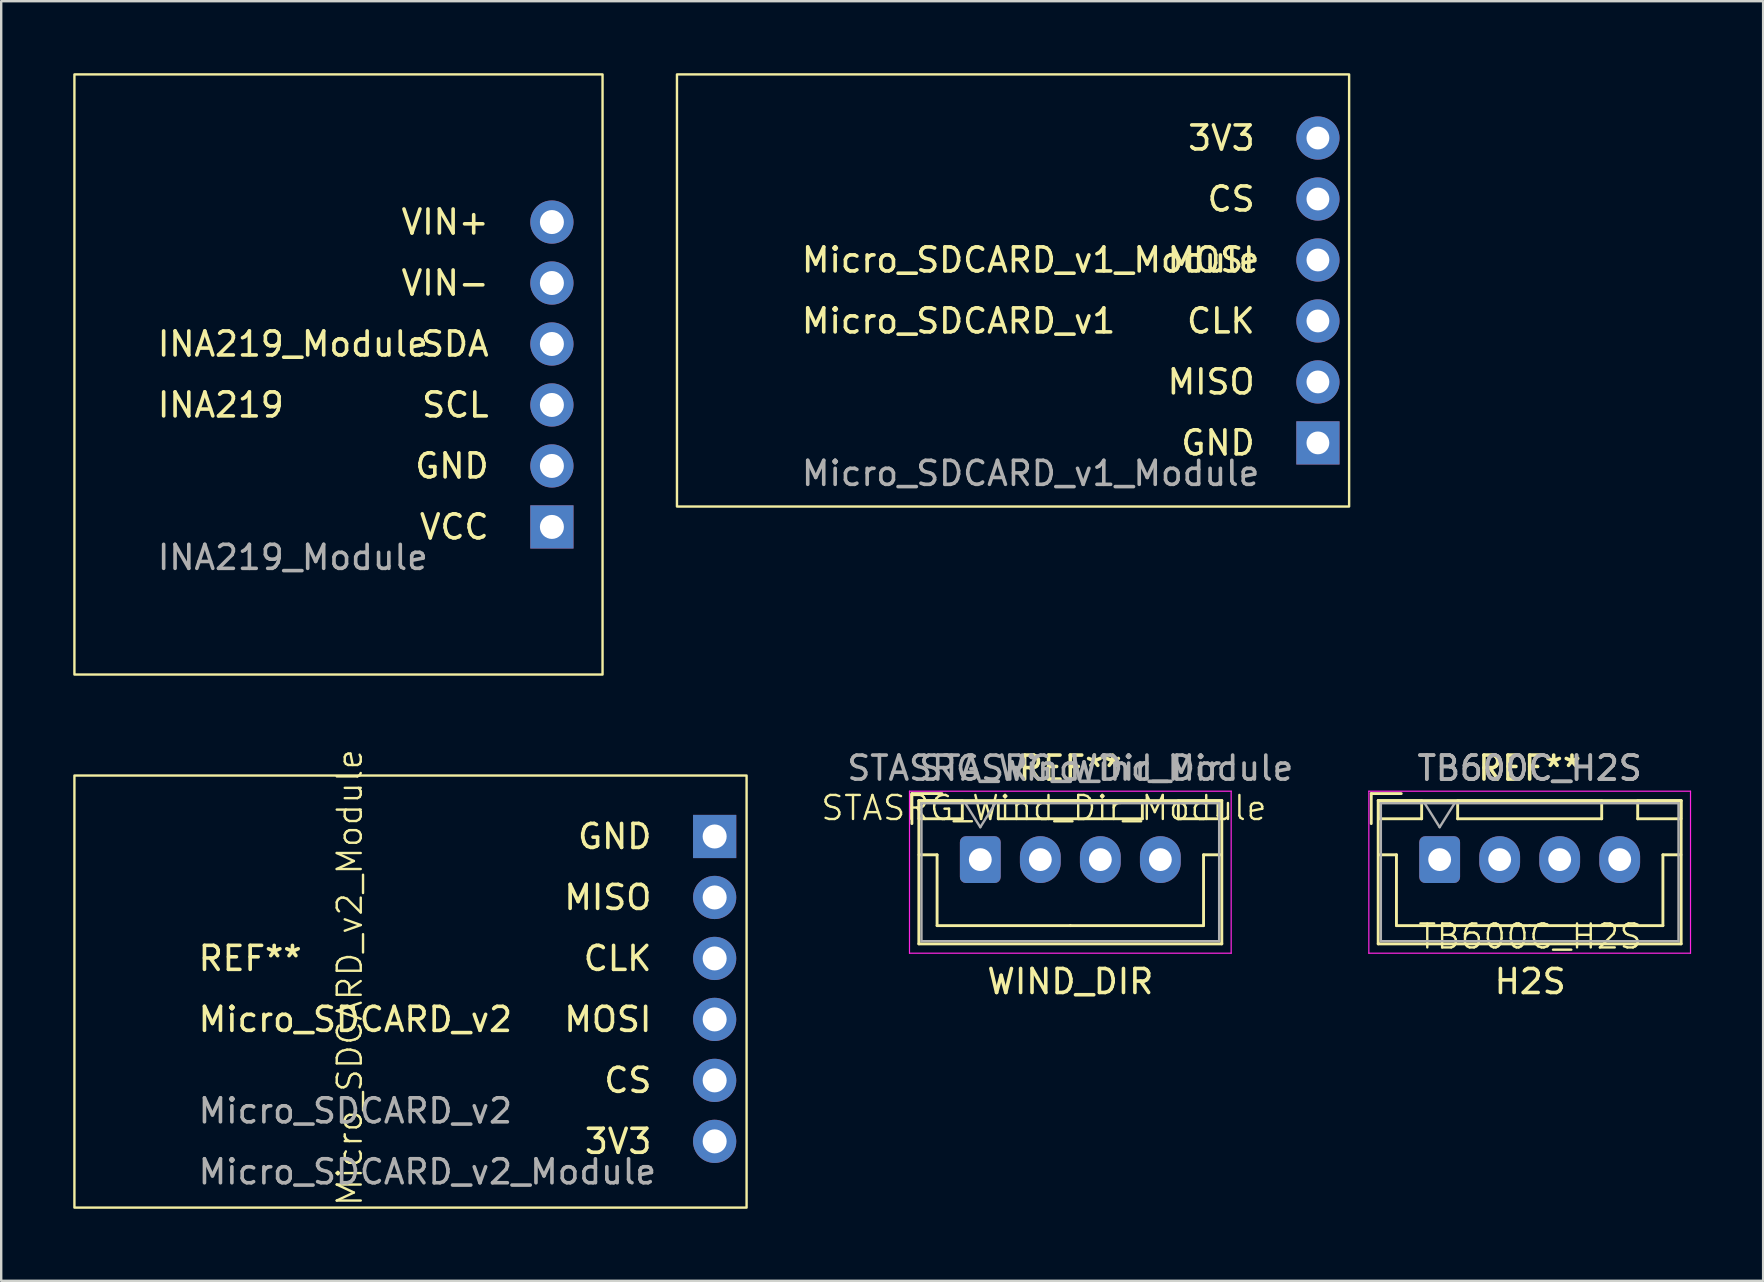
<source format=kicad_pcb>
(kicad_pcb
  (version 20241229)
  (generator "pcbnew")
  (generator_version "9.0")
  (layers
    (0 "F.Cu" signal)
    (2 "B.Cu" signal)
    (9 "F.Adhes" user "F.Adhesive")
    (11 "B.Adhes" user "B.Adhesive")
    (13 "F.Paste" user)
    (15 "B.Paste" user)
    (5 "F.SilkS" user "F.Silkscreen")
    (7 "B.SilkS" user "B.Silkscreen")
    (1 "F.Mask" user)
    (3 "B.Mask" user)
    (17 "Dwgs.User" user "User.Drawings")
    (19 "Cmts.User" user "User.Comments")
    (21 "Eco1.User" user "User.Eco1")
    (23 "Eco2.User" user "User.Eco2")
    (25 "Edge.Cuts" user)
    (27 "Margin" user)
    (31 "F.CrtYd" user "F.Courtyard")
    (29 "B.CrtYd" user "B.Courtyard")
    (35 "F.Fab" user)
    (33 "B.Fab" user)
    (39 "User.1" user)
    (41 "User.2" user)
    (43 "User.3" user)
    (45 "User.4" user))
  (footprint "Micro_SDCARD_v1_Module"
    (layer "F.Cu")
    (at 39.15 9.05)
    (property "Reference" "Micro_SDCARD_v1_Module" (at -8.89 -1.27 0) (unlocked yes) (layer "F.SilkS") (effects (font (size 1 1) (thickness 0.15)) (justify left)))
    (attr smd)
    (fp_rect (start -14 -9) (end 14 9) (stroke (width 0.1) (type default)) (fill no) (layer "F.SilkS"))
    (fp_text user "CLK" (at 10.16 1.27 0) (unlocked yes) (layer "F.SilkS") (effects (font (size 1 1) (thickness 0.15)) (justify right)))
    (fp_text user "MISO" (at 10.16 3.81 0) (unlocked yes) (layer "F.SilkS") (effects (font (size 1 1) (thickness 0.15)) (justify right)))
    (fp_text user "CS" (at 10.16 -3.81 0) (unlocked yes) (layer "F.SilkS") (effects (font (size 1 1) (thickness 0.15)) (justify right)))
    (fp_text user "MOSI" (at 10.16 -1.27 0) (unlocked yes) (layer "F.SilkS") (effects (font (size 1 1) (thickness 0.15)) (justify right)))
    (fp_text user "Micro_SDCARD_v1" (at -8.89 1.27 0) (unlocked yes) (layer "F.SilkS") (effects (font (size 1 1) (thickness 0.15)) (justify left)))
    (fp_text user "3V3" (at 10.16 -6.35 0) (unlocked yes) (layer "F.SilkS") (effects (font (size 1 1) (thickness 0.15)) (justify right)))
    (fp_text user "GND" (at 10.16 6.35 0) (unlocked yes) (layer "F.SilkS") (effects (font (size 1 1) (thickness 0.15)) (justify right)))
    (fp_text user "${REFERENCE}" (at -8.89 7.62 0) (unlocked yes) (layer "F.Fab") (effects (font (size 1 1) (thickness 0.15)) (justify left)))
    (pad "1" thru_hole rect (at 12.7 6.35 90) (size 1.8 1.8) (drill 0.95) (layers "*.Cu" "*.Mask"))
    (pad "2" thru_hole circle (at 12.7 3.81 90) (size 1.8 1.8) (drill 0.95) (layers "*.Cu" "*.Mask"))
    (pad "3" thru_hole circle (at 12.7 1.27 90) (size 1.8 1.8) (drill 0.95) (layers "*.Cu" "*.Mask"))
    (pad "4" thru_hole circle (at 12.7 -1.27 90) (size 1.8 1.8) (drill 0.95) (layers "*.Cu" "*.Mask"))
    (pad "5" thru_hole circle (at 12.7 -3.81 90) (size 1.8 1.8) (drill 0.95) (layers "*.Cu" "*.Mask"))
    (pad "6" thru_hole circle (at 12.7 -6.35 90) (size 1.8 1.8) (drill 0.95) (layers "*.Cu" "*.Mask")))
  (footprint "STASRG_Wind_Dir_Module"
    (layer "F.Cu")
    (at 41.536 32.758)
    (property "Reference" "STASRG_Wind_Dir_Module" (at -1.1 -2.15 0) (unlocked yes) (layer "F.SilkS") (effects (font (size 1 1) (thickness 0.1))))
    (attr smd)
    (fp_line (start -6.6 -2.75) (end -6.6 -1.5) (stroke (width 0.12) (type solid)) (layer "F.SilkS"))
    (fp_line (start -6.31 -2.46) (end -6.31 3.51) (stroke (width 0.12) (type solid)) (layer "F.SilkS"))
    (fp_line (start -6.31 3.51) (end 6.31 3.51) (stroke (width 0.12) (type solid)) (layer "F.SilkS"))
    (fp_line (start -6.3 -2.45) (end -6.3 -1.7) (stroke (width 0.12) (type solid)) (layer "F.SilkS"))
    (fp_line (start -6.3 -1.7) (end -4.5 -1.7) (stroke (width 0.12) (type solid)) (layer "F.SilkS"))
    (fp_line (start -6.3 -0.2) (end -5.55 -0.2) (stroke (width 0.12) (type solid)) (layer "F.SilkS"))
    (fp_line (start -5.55 -0.2) (end -5.55 2.75) (stroke (width 0.12) (type solid)) (layer "F.SilkS"))
    (fp_line (start -5.55 2.75) (end 0 2.75) (stroke (width 0.12) (type solid)) (layer "F.SilkS"))
    (fp_line (start -5.35 -2.75) (end -6.6 -2.75) (stroke (width 0.12) (type solid)) (layer "F.SilkS"))
    (fp_line (start -4.5 -2.45) (end -6.3 -2.45) (stroke (width 0.12) (type solid)) (layer "F.SilkS"))
    (fp_line (start -4.5 -1.7) (end -4.5 -2.45) (stroke (width 0.12) (type solid)) (layer "F.SilkS"))
    (fp_line (start -3 -2.45) (end -3 -1.7) (stroke (width 0.12) (type solid)) (layer "F.SilkS"))
    (fp_line (start -3 -1.7) (end 3 -1.7) (stroke (width 0.12) (type solid)) (layer "F.SilkS"))
    (fp_line (start 3 -2.45) (end -3 -2.45) (stroke (width 0.12) (type solid)) (layer "F.SilkS"))
    (fp_line (start 3 -1.7) (end 3 -2.45) (stroke (width 0.12) (type solid)) (layer "F.SilkS"))
    (fp_line (start 4.5 -2.45) (end 4.5 -1.7) (stroke (width 0.12) (type solid)) (layer "F.SilkS"))
    (fp_line (start 4.5 -1.7) (end 6.3 -1.7) (stroke (width 0.12) (type solid)) (layer "F.SilkS"))
    (fp_line (start 5.55 -0.2) (end 5.55 2.75) (stroke (width 0.12) (type solid)) (layer "F.SilkS"))
    (fp_line (start 5.55 2.75) (end 0 2.75) (stroke (width 0.12) (type solid)) (layer "F.SilkS"))
    (fp_line (start 6.3 -2.45) (end 4.5 -2.45) (stroke (width 0.12) (type solid)) (layer "F.SilkS"))
    (fp_line (start 6.3 -1.7) (end 6.3 -2.45) (stroke (width 0.12) (type solid)) (layer "F.SilkS"))
    (fp_line (start 6.3 -0.2) (end 5.55 -0.2) (stroke (width 0.12) (type solid)) (layer "F.SilkS"))
    (fp_line (start 6.31 -2.46) (end -6.31 -2.46) (stroke (width 0.12) (type solid)) (layer "F.SilkS"))
    (fp_line (start 6.31 3.51) (end 6.31 -2.46) (stroke (width 0.12) (type solid)) (layer "F.SilkS"))
    (fp_line (start -6.7 -2.85) (end -6.7 3.9) (stroke (width 0.05) (type solid)) (layer "F.CrtYd"))
    (fp_line (start -6.7 3.9) (end 6.7 3.9) (stroke (width 0.05) (type solid)) (layer "F.CrtYd"))
    (fp_line (start 6.7 -2.85) (end -6.7 -2.85) (stroke (width 0.05) (type solid)) (layer "F.CrtYd"))
    (fp_line (start 6.7 3.9) (end 6.7 -2.85) (stroke (width 0.05) (type solid)) (layer "F.CrtYd"))
    (fp_line (start -6.2 -2.35) (end -6.2 3.4) (stroke (width 0.1) (type solid)) (layer "F.Fab"))
    (fp_line (start -6.2 3.4) (end 6.2 3.4) (stroke (width 0.1) (type solid)) (layer "F.Fab"))
    (fp_line (start -4.375 -2.35) (end -3.75 -1.35) (stroke (width 0.1) (type solid)) (layer "F.Fab"))
    (fp_line (start -3.75 -1.35) (end -3.125 -2.35) (stroke (width 0.1) (type solid)) (layer "F.Fab"))
    (fp_line (start 6.2 -2.35) (end -6.2 -2.35) (stroke (width 0.1) (type solid)) (layer "F.Fab"))
    (fp_line (start 6.2 3.4) (end 6.2 -2.35) (stroke (width 0.1) (type solid)) (layer "F.Fab"))
    (fp_text user "REF**" (at 0 -3.81 0) (unlocked yes) (layer "F.SilkS") (effects (font (size 1 1) (thickness 0.15))))
    (fp_text user "WIND_DIR" (at 0 5.08 0) (unlocked yes) (layer "F.SilkS") (effects (font (size 1 1) (thickness 0.15))))
    (fp_text user "STASRG_Wind_Dir" (at 0 -3.81 0) (unlocked yes) (layer "F.Fab") (effects (font (size 1 1) (thickness 0.15))))
    (fp_text user "${REFERENCE}" (at 0 -3.81 0) (unlocked yes) (layer "F.Fab") (effects (font (size 1 1) (thickness 0.15))))
    (pad "1" thru_hole roundrect (at -3.75 0) (size 1.7 1.95) (drill 0.95) (layers "*.Cu" "*.Mask") (roundrect_rratio 0.147))
    (pad "2" thru_hole oval (at -1.25 0) (size 1.7 1.95) (drill 0.95) (layers "*.Cu" "*.Mask"))
    (pad "3" thru_hole oval (at 1.25 0) (size 1.7 1.95) (drill 0.95) (layers "*.Cu" "*.Mask"))
    (pad "4" thru_hole oval (at 3.75 0) (size 1.7 1.95) (drill 0.95) (layers "*.Cu" "*.Mask")))
  (footprint "Micro_SDCARD_v2_Module"
    (layer "F.Cu")
    (at 14.02 38.145)
    (property "Reference" "Micro_SDCARD_v2_Module" (at -2.5 -0.471 90) (unlocked yes) (layer "F.SilkS") (effects (font (size 1 1) (thickness 0.1))))
    (attr smd)
    (fp_rect (start -13.97 -8.89) (end 14.03 9.11) (stroke (width 0.1) (type default)) (fill no) (layer "F.SilkS"))
    (fp_text user "MOSI" (at 10.16 1.27 0) (unlocked yes) (layer "F.SilkS") (effects (font (size 1 1) (thickness 0.15)) (justify right)))
    (fp_text user "CLK" (at 10.16 -1.27 0) (unlocked yes) (layer "F.SilkS") (effects (font (size 1 1) (thickness 0.15)) (justify right)))
    (fp_text user "Micro_SDCARD_v2" (at -8.89 1.27 0) (unlocked yes) (layer "F.SilkS") (effects (font (size 1 1) (thickness 0.15)) (justify left)))
    (fp_text user "REF**" (at -8.89 -1.27 0) (unlocked yes) (layer "F.SilkS") (effects (font (size 1 1) (thickness 0.15)) (justify left)))
    (fp_text user "CS" (at 10.16 3.81 0) (unlocked yes) (layer "F.SilkS") (effects (font (size 1 1) (thickness 0.15)) (justify right)))
    (fp_text user "GND" (at 10.16 -6.35 0) (unlocked yes) (layer "F.SilkS") (effects (font (size 1 1) (thickness 0.15)) (justify right)))
    (fp_text user "3V3" (at 10.16 6.35 0) (unlocked yes) (layer "F.SilkS") (effects (font (size 1 1) (thickness 0.15)) (justify right)))
    (fp_text user "MISO" (at 10.16 -3.81 0) (unlocked yes) (layer "F.SilkS") (effects (font (size 1 1) (thickness 0.15)) (justify right)))
    (fp_text user "Micro_SDCARD_v2" (at -8.89 5.08 0) (unlocked yes) (layer "F.Fab") (effects (font (size 1 1) (thickness 0.15)) (justify left)))
    (fp_text user "${REFERENCE}" (at -8.89 7.62 0) (unlocked yes) (layer "F.Fab") (effects (font (size 1 1) (thickness 0.15)) (justify left)))
    (pad "1" thru_hole rect (at 12.7 -6.35 270) (size 1.8 1.8) (drill 1) (layers "*.Cu" "*.Mask"))
    (pad "2" thru_hole circle (at 12.7 -3.81 270) (size 1.8 1.8) (drill 1) (layers "*.Cu" "*.Mask"))
    (pad "3" thru_hole circle (at 12.7 -1.27 270) (size 1.8 1.8) (drill 1) (layers "*.Cu" "*.Mask"))
    (pad "4" thru_hole circle (at 12.7 1.27 270) (size 1.8 1.8) (drill 1) (layers "*.Cu" "*.Mask"))
    (pad "5" thru_hole circle (at 12.7 3.81 270) (size 1.8 1.8) (drill 1) (layers "*.Cu" "*.Mask"))
    (pad "6" thru_hole circle (at 12.7 6.35 270) (size 1.8 1.8) (drill 1) (layers "*.Cu" "*.Mask")))
  (footprint "INA219_Module"
    (layer "F.Cu")
    (at 11.05 12.55)
    (property "Reference" "INA219_Module" (at -7.62 -1.27 0) (unlocked yes) (layer "F.SilkS") (effects (font (size 1 1) (thickness 0.15)) (justify left)))
    (attr smd)
    (fp_rect (start -11 -12.5) (end 11 12.5) (stroke (width 0.1) (type default)) (fill no) (layer "F.SilkS"))
    (fp_text user "VIN+" (at 6.35 -6.35 0) (unlocked yes) (layer "F.SilkS") (effects (font (size 1 1) (thickness 0.15)) (justify right)))
    (fp_text user "SDA" (at 6.35 -1.27 0) (unlocked yes) (layer "F.SilkS") (effects (font (size 1 1) (thickness 0.15)) (justify right)))
    (fp_text user "VCC" (at 6.35 6.35 0) (unlocked yes) (layer "F.SilkS") (effects (font (size 1 1) (thickness 0.15)) (justify right)))
    (fp_text user "GND" (at 6.35 3.81 0) (unlocked yes) (layer "F.SilkS") (effects (font (size 1 1) (thickness 0.15)) (justify right)))
    (fp_text user "VIN-" (at 6.35 -3.81 0) (unlocked yes) (layer "F.SilkS") (effects (font (size 1 1) (thickness 0.15)) (justify right)))
    (fp_text user "INA219" (at -7.62 1.27 0) (unlocked yes) (layer "F.SilkS") (effects (font (size 1 1) (thickness 0.15)) (justify left)))
    (fp_text user "SCL" (at 6.35 1.27 0) (unlocked yes) (layer "F.SilkS") (effects (font (size 1 1) (thickness 0.15)) (justify right)))
    (fp_text user "${REFERENCE}" (at -7.62 7.62 0) (unlocked yes) (layer "F.Fab") (effects (font (size 1 1) (thickness 0.15)) (justify left)))
    (pad "1" thru_hole rect (at 8.89 6.35 90) (size 1.8 1.8) (drill 1) (layers "*.Cu" "*.Mask"))
    (pad "2" thru_hole circle (at 8.89 3.81 90) (size 1.8 1.8) (drill 1) (layers "*.Cu" "*.Mask"))
    (pad "3" thru_hole circle (at 8.89 1.27 90) (size 1.8 1.8) (drill 1) (layers "*.Cu" "*.Mask"))
    (pad "4" thru_hole circle (at 8.89 -1.27 90) (size 1.8 1.8) (drill 1) (layers "*.Cu" "*.Mask"))
    (pad "5" thru_hole circle (at 8.89 -3.81 90) (size 1.8 1.8) (drill 1) (layers "*.Cu" "*.Mask"))
    (pad "6" thru_hole circle (at 8.89 -6.35 90) (size 1.8 1.8) (drill 1) (layers "*.Cu" "*.Mask")))
  (footprint "TB600C_H2S"
    (layer "F.Cu")
    (at 60.691 32.758)
    (property "Reference" "TB600C_H2S" (at 0 3.2 0) (unlocked yes) (layer "F.SilkS") (effects (font (size 1 1) (thickness 0.1))))
    (attr smd)
    (fp_line (start -6.62 -2.75) (end -6.62 -1.5) (stroke (width 0.12) (type solid)) (layer "F.SilkS"))
    (fp_line (start -6.33 -2.46) (end -6.33 3.51) (stroke (width 0.12) (type solid)) (layer "F.SilkS"))
    (fp_line (start -6.33 3.51) (end 6.29 3.51) (stroke (width 0.12) (type solid)) (layer "F.SilkS"))
    (fp_line (start -6.32 -2.45) (end -6.32 -1.7) (stroke (width 0.12) (type solid)) (layer "F.SilkS"))
    (fp_line (start -6.32 -1.7) (end -4.52 -1.7) (stroke (width 0.12) (type solid)) (layer "F.SilkS"))
    (fp_line (start -6.32 -0.2) (end -5.57 -0.2) (stroke (width 0.12) (type solid)) (layer "F.SilkS"))
    (fp_line (start -5.57 -0.2) (end -5.57 2.75) (stroke (width 0.12) (type solid)) (layer "F.SilkS"))
    (fp_line (start -5.57 2.75) (end -0.02 2.75) (stroke (width 0.12) (type solid)) (layer "F.SilkS"))
    (fp_line (start -5.37 -2.75) (end -6.62 -2.75) (stroke (width 0.12) (type solid)) (layer "F.SilkS"))
    (fp_line (start -4.52 -2.45) (end -6.32 -2.45) (stroke (width 0.12) (type solid)) (layer "F.SilkS"))
    (fp_line (start -4.52 -1.7) (end -4.52 -2.45) (stroke (width 0.12) (type solid)) (layer "F.SilkS"))
    (fp_line (start -3.02 -2.45) (end -3.02 -1.7) (stroke (width 0.12) (type solid)) (layer "F.SilkS"))
    (fp_line (start -3.02 -1.7) (end 2.98 -1.7) (stroke (width 0.12) (type solid)) (layer "F.SilkS"))
    (fp_line (start 2.98 -2.45) (end -3.02 -2.45) (stroke (width 0.12) (type solid)) (layer "F.SilkS"))
    (fp_line (start 2.98 -1.7) (end 2.98 -2.45) (stroke (width 0.12) (type solid)) (layer "F.SilkS"))
    (fp_line (start 4.48 -2.45) (end 4.48 -1.7) (stroke (width 0.12) (type solid)) (layer "F.SilkS"))
    (fp_line (start 4.48 -1.7) (end 6.28 -1.7) (stroke (width 0.12) (type solid)) (layer "F.SilkS"))
    (fp_line (start 5.53 -0.2) (end 5.53 2.75) (stroke (width 0.12) (type solid)) (layer "F.SilkS"))
    (fp_line (start 5.53 2.75) (end -0.02 2.75) (stroke (width 0.12) (type solid)) (layer "F.SilkS"))
    (fp_line (start 6.28 -2.45) (end 4.48 -2.45) (stroke (width 0.12) (type solid)) (layer "F.SilkS"))
    (fp_line (start 6.28 -1.7) (end 6.28 -2.45) (stroke (width 0.12) (type solid)) (layer "F.SilkS"))
    (fp_line (start 6.28 -0.2) (end 5.53 -0.2) (stroke (width 0.12) (type solid)) (layer "F.SilkS"))
    (fp_line (start 6.29 -2.46) (end -6.33 -2.46) (stroke (width 0.12) (type solid)) (layer "F.SilkS"))
    (fp_line (start 6.29 3.51) (end 6.29 -2.46) (stroke (width 0.12) (type solid)) (layer "F.SilkS"))
    (fp_line (start -6.72 -2.85) (end -6.72 3.9) (stroke (width 0.05) (type solid)) (layer "F.CrtYd"))
    (fp_line (start 6.68 -2.85) (end -6.72 -2.85) (stroke (width 0.05) (type solid)) (layer "F.CrtYd"))
    (fp_line (start 6.68 3.9) (end -6.72 3.9) (stroke (width 0.05) (type default)) (layer "F.CrtYd"))
    (fp_line (start 6.68 3.9) (end 6.68 -2.85) (stroke (width 0.05) (type solid)) (layer "F.CrtYd"))
    (fp_line (start -6.22 -2.35) (end -6.22 3.4) (stroke (width 0.1) (type solid)) (layer "F.Fab"))
    (fp_line (start -6.22 3.4) (end 6.18 3.4) (stroke (width 0.1) (type solid)) (layer "F.Fab"))
    (fp_line (start -4.395 -2.35) (end -3.77 -1.35) (stroke (width 0.1) (type solid)) (layer "F.Fab"))
    (fp_line (start -3.77 -1.35) (end -3.145 -2.35) (stroke (width 0.1) (type solid)) (layer "F.Fab"))
    (fp_line (start 6.18 -2.35) (end -6.22 -2.35) (stroke (width 0.1) (type solid)) (layer "F.Fab"))
    (fp_line (start 6.18 3.4) (end 6.18 -2.35) (stroke (width 0.1) (type solid)) (layer "F.Fab"))
    (fp_text user "REF**" (at -0.02 -3.81 0) (unlocked yes) (layer "F.SilkS") (effects (font (size 1 1) (thickness 0.15))))
    (fp_text user "H2S" (at 0 5.08 0) (unlocked yes) (layer "F.SilkS") (effects (font (size 1 1) (thickness 0.15))))
    (fp_text user "${REFERENCE}" (at -0.02 -3.81 0) (unlocked yes) (layer "F.Fab") (effects (font (size 1 1) (thickness 0.15))))
    (fp_text user "TB600C_H2S" (at -0.02 -3.81 0) (unlocked yes) (layer "F.Fab") (effects (font (size 1 1) (thickness 0.15))))
    (pad "1" thru_hole roundrect (at -3.77 0) (size 1.7 1.95) (drill 0.95) (layers "*.Cu" "*.Mask") (roundrect_rratio 0.147))
    (pad "2" thru_hole oval (at -1.27 0) (size 1.7 1.95) (drill 0.95) (layers "*.Cu" "*.Mask"))
    (pad "3" thru_hole oval (at 1.23 0) (size 1.7 1.95) (drill 0.95) (layers "*.Cu" "*.Mask"))
    (pad "4" thru_hole oval (at 3.73 0) (size 1.7 1.95) (drill 0.95) (layers "*.Cu" "*.Mask")))
  (gr_rect
    (start -3 -3)
    (end 70.396 50.305)
    (stroke (width 0.1) (type default))
    (fill no)
    (layer "Edge.Cuts")))
</source>
